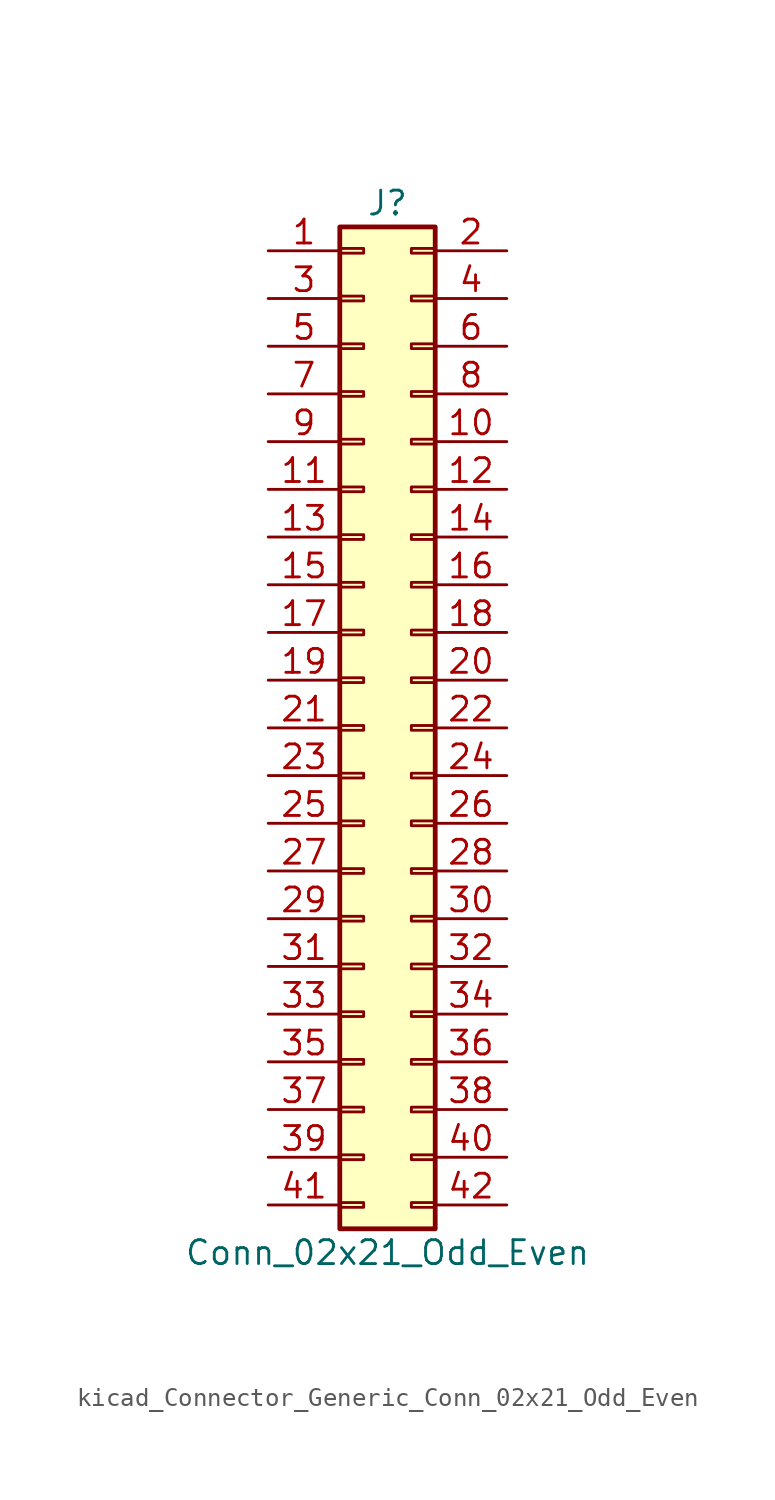
<source format=kicad_sym>
(kicad_symbol_lib
  (version 20220914)
  (generator kicad_symbol_editor)
  (symbol "kicad_Connector_Generic_Conn_02x21_Odd_Even"
    (pin_names
      (offset 1.016) hide)
    (property "Reference" "J"
      (at 1.27 27.94 0)
      (effects (font (size 1.27 1.27))))
    (property "Value" "Conn_02x21_Odd_Even"
      (at 1.27 -27.94 0)
      (effects (font (size 1.27 1.27))))
    (symbol "kicad_Connector_Generic_Conn_02x21_Odd_Even_1_1"
      (rectangle (start -1.27 -25.273) (end 0 -25.527) (stroke (width 0.152) (type default)) (fill (type none)))
      (rectangle (start -1.27 -22.733) (end 0 -22.987) (stroke (width 0.152) (type default)) (fill (type none)))
      (rectangle (start -1.27 -20.193) (end 0 -20.447) (stroke (width 0.152) (type default)) (fill (type none)))
      (rectangle (start -1.27 -17.653) (end 0 -17.907) (stroke (width 0.152) (type default)) (fill (type none)))
      (rectangle (start -1.27 -15.113) (end 0 -15.367) (stroke (width 0.152) (type default)) (fill (type none)))
      (rectangle (start -1.27 -12.573) (end 0 -12.827) (stroke (width 0.152) (type default)) (fill (type none)))
      (rectangle (start -1.27 -10.033) (end 0 -10.287) (stroke (width 0.152) (type default)) (fill (type none)))
      (rectangle (start -1.27 -7.493) (end 0 -7.747) (stroke (width 0.152) (type default)) (fill (type none)))
      (rectangle (start -1.27 -4.953) (end 0 -5.207) (stroke (width 0.152) (type default)) (fill (type none)))
      (rectangle (start -1.27 -2.413) (end 0 -2.667) (stroke (width 0.152) (type default)) (fill (type none)))
      (rectangle (start -1.27 0.127) (end 0 -0.127) (stroke (width 0.152) (type default)) (fill (type none)))
      (rectangle (start -1.27 2.667) (end 0 2.413) (stroke (width 0.152) (type default)) (fill (type none)))
      (rectangle (start -1.27 5.207) (end 0 4.953) (stroke (width 0.152) (type default)) (fill (type none)))
      (rectangle (start -1.27 7.747) (end 0 7.493) (stroke (width 0.152) (type default)) (fill (type none)))
      (rectangle (start -1.27 10.287) (end 0 10.033) (stroke (width 0.152) (type default)) (fill (type none)))
      (rectangle (start -1.27 12.827) (end 0 12.573) (stroke (width 0.152) (type default)) (fill (type none)))
      (rectangle (start -1.27 15.367) (end 0 15.113) (stroke (width 0.152) (type default)) (fill (type none)))
      (rectangle (start -1.27 17.907) (end 0 17.653) (stroke (width 0.152) (type default)) (fill (type none)))
      (rectangle (start -1.27 20.447) (end 0 20.193) (stroke (width 0.152) (type default)) (fill (type none)))
      (rectangle (start -1.27 22.987) (end 0 22.733) (stroke (width 0.152) (type default)) (fill (type none)))
      (rectangle (start -1.27 25.527) (end 0 25.273) (stroke (width 0.152) (type default)) (fill (type none)))
      (rectangle (start -1.27 26.67) (end 3.81 -26.67) (stroke (width 0.254) (type default)) (fill (type background)))
      (rectangle (start 3.81 -25.273) (end 2.54 -25.527) (stroke (width 0.152) (type default)) (fill (type none)))
      (rectangle (start 3.81 -22.733) (end 2.54 -22.987) (stroke (width 0.152) (type default)) (fill (type none)))
      (rectangle (start 3.81 -20.193) (end 2.54 -20.447) (stroke (width 0.152) (type default)) (fill (type none)))
      (rectangle (start 3.81 -17.653) (end 2.54 -17.907) (stroke (width 0.152) (type default)) (fill (type none)))
      (rectangle (start 3.81 -15.113) (end 2.54 -15.367) (stroke (width 0.152) (type default)) (fill (type none)))
      (rectangle (start 3.81 -12.573) (end 2.54 -12.827) (stroke (width 0.152) (type default)) (fill (type none)))
      (rectangle (start 3.81 -10.033) (end 2.54 -10.287) (stroke (width 0.152) (type default)) (fill (type none)))
      (rectangle (start 3.81 -7.493) (end 2.54 -7.747) (stroke (width 0.152) (type default)) (fill (type none)))
      (rectangle (start 3.81 -4.953) (end 2.54 -5.207) (stroke (width 0.152) (type default)) (fill (type none)))
      (rectangle (start 3.81 -2.413) (end 2.54 -2.667) (stroke (width 0.152) (type default)) (fill (type none)))
      (rectangle (start 3.81 0.127) (end 2.54 -0.127) (stroke (width 0.152) (type default)) (fill (type none)))
      (rectangle (start 3.81 2.667) (end 2.54 2.413) (stroke (width 0.152) (type default)) (fill (type none)))
      (rectangle (start 3.81 5.207) (end 2.54 4.953) (stroke (width 0.152) (type default)) (fill (type none)))
      (rectangle (start 3.81 7.747) (end 2.54 7.493) (stroke (width 0.152) (type default)) (fill (type none)))
      (rectangle (start 3.81 10.287) (end 2.54 10.033) (stroke (width 0.152) (type default)) (fill (type none)))
      (rectangle (start 3.81 12.827) (end 2.54 12.573) (stroke (width 0.152) (type default)) (fill (type none)))
      (rectangle (start 3.81 15.367) (end 2.54 15.113) (stroke (width 0.152) (type default)) (fill (type none)))
      (rectangle (start 3.81 17.907) (end 2.54 17.653) (stroke (width 0.152) (type default)) (fill (type none)))
      (rectangle (start 3.81 20.447) (end 2.54 20.193) (stroke (width 0.152) (type default)) (fill (type none)))
      (rectangle (start 3.81 22.987) (end 2.54 22.733) (stroke (width 0.152) (type default)) (fill (type none)))
      (rectangle (start 3.81 25.527) (end 2.54 25.273) (stroke (width 0.152) (type default)) (fill (type none)))
      (pin passive line (at -5.08 25.4 0) (length 3.81) (name "Pin_1" (effects (font (size 1.27 1.27)))) (number "1" (effects (font (size 1.27 1.27)))))
      (pin passive line (at 7.62 15.24 180) (length 3.81) (name "Pin_10" (effects (font (size 1.27 1.27)))) (number "10" (effects (font (size 1.27 1.27)))))
      (pin passive line (at -5.08 12.7 0) (length 3.81) (name "Pin_11" (effects (font (size 1.27 1.27)))) (number "11" (effects (font (size 1.27 1.27)))))
      (pin passive line (at 7.62 12.7 180) (length 3.81) (name "Pin_12" (effects (font (size 1.27 1.27)))) (number "12" (effects (font (size 1.27 1.27)))))
      (pin passive line (at -5.08 10.16 0) (length 3.81) (name "Pin_13" (effects (font (size 1.27 1.27)))) (number "13" (effects (font (size 1.27 1.27)))))
      (pin passive line (at 7.62 10.16 180) (length 3.81) (name "Pin_14" (effects (font (size 1.27 1.27)))) (number "14" (effects (font (size 1.27 1.27)))))
      (pin passive line (at -5.08 7.62 0) (length 3.81) (name "Pin_15" (effects (font (size 1.27 1.27)))) (number "15" (effects (font (size 1.27 1.27)))))
      (pin passive line (at 7.62 7.62 180) (length 3.81) (name "Pin_16" (effects (font (size 1.27 1.27)))) (number "16" (effects (font (size 1.27 1.27)))))
      (pin passive line (at -5.08 5.08 0) (length 3.81) (name "Pin_17" (effects (font (size 1.27 1.27)))) (number "17" (effects (font (size 1.27 1.27)))))
      (pin passive line (at 7.62 5.08 180) (length 3.81) (name "Pin_18" (effects (font (size 1.27 1.27)))) (number "18" (effects (font (size 1.27 1.27)))))
      (pin passive line (at -5.08 2.54 0) (length 3.81) (name "Pin_19" (effects (font (size 1.27 1.27)))) (number "19" (effects (font (size 1.27 1.27)))))
      (pin passive line (at 7.62 25.4 180) (length 3.81) (name "Pin_2" (effects (font (size 1.27 1.27)))) (number "2" (effects (font (size 1.27 1.27)))))
      (pin passive line (at 7.62 2.54 180) (length 3.81) (name "Pin_20" (effects (font (size 1.27 1.27)))) (number "20" (effects (font (size 1.27 1.27)))))
      (pin passive line (at -5.08 0 0) (length 3.81) (name "Pin_21" (effects (font (size 1.27 1.27)))) (number "21" (effects (font (size 1.27 1.27)))))
      (pin passive line (at 7.62 0 180) (length 3.81) (name "Pin_22" (effects (font (size 1.27 1.27)))) (number "22" (effects (font (size 1.27 1.27)))))
      (pin passive line (at -5.08 -2.54 0) (length 3.81) (name "Pin_23" (effects (font (size 1.27 1.27)))) (number "23" (effects (font (size 1.27 1.27)))))
      (pin passive line (at 7.62 -2.54 180) (length 3.81) (name "Pin_24" (effects (font (size 1.27 1.27)))) (number "24" (effects (font (size 1.27 1.27)))))
      (pin passive line (at -5.08 -5.08 0) (length 3.81) (name "Pin_25" (effects (font (size 1.27 1.27)))) (number "25" (effects (font (size 1.27 1.27)))))
      (pin passive line (at 7.62 -5.08 180) (length 3.81) (name "Pin_26" (effects (font (size 1.27 1.27)))) (number "26" (effects (font (size 1.27 1.27)))))
      (pin passive line (at -5.08 -7.62 0) (length 3.81) (name "Pin_27" (effects (font (size 1.27 1.27)))) (number "27" (effects (font (size 1.27 1.27)))))
      (pin passive line (at 7.62 -7.62 180) (length 3.81) (name "Pin_28" (effects (font (size 1.27 1.27)))) (number "28" (effects (font (size 1.27 1.27)))))
      (pin passive line (at -5.08 -10.16 0) (length 3.81) (name "Pin_29" (effects (font (size 1.27 1.27)))) (number "29" (effects (font (size 1.27 1.27)))))
      (pin passive line (at -5.08 22.86 0) (length 3.81) (name "Pin_3" (effects (font (size 1.27 1.27)))) (number "3" (effects (font (size 1.27 1.27)))))
      (pin passive line (at 7.62 -10.16 180) (length 3.81) (name "Pin_30" (effects (font (size 1.27 1.27)))) (number "30" (effects (font (size 1.27 1.27)))))
      (pin passive line (at -5.08 -12.7 0) (length 3.81) (name "Pin_31" (effects (font (size 1.27 1.27)))) (number "31" (effects (font (size 1.27 1.27)))))
      (pin passive line (at 7.62 -12.7 180) (length 3.81) (name "Pin_32" (effects (font (size 1.27 1.27)))) (number "32" (effects (font (size 1.27 1.27)))))
      (pin passive line (at -5.08 -15.24 0) (length 3.81) (name "Pin_33" (effects (font (size 1.27 1.27)))) (number "33" (effects (font (size 1.27 1.27)))))
      (pin passive line (at 7.62 -15.24 180) (length 3.81) (name "Pin_34" (effects (font (size 1.27 1.27)))) (number "34" (effects (font (size 1.27 1.27)))))
      (pin passive line (at -5.08 -17.78 0) (length 3.81) (name "Pin_35" (effects (font (size 1.27 1.27)))) (number "35" (effects (font (size 1.27 1.27)))))
      (pin passive line (at 7.62 -17.78 180) (length 3.81) (name "Pin_36" (effects (font (size 1.27 1.27)))) (number "36" (effects (font (size 1.27 1.27)))))
      (pin passive line (at -5.08 -20.32 0) (length 3.81) (name "Pin_37" (effects (font (size 1.27 1.27)))) (number "37" (effects (font (size 1.27 1.27)))))
      (pin passive line (at 7.62 -20.32 180) (length 3.81) (name "Pin_38" (effects (font (size 1.27 1.27)))) (number "38" (effects (font (size 1.27 1.27)))))
      (pin passive line (at -5.08 -22.86 0) (length 3.81) (name "Pin_39" (effects (font (size 1.27 1.27)))) (number "39" (effects (font (size 1.27 1.27)))))
      (pin passive line (at 7.62 22.86 180) (length 3.81) (name "Pin_4" (effects (font (size 1.27 1.27)))) (number "4" (effects (font (size 1.27 1.27)))))
      (pin passive line (at 7.62 -22.86 180) (length 3.81) (name "Pin_40" (effects (font (size 1.27 1.27)))) (number "40" (effects (font (size 1.27 1.27)))))
      (pin passive line (at -5.08 -25.4 0) (length 3.81) (name "Pin_41" (effects (font (size 1.27 1.27)))) (number "41" (effects (font (size 1.27 1.27)))))
      (pin passive line (at 7.62 -25.4 180) (length 3.81) (name "Pin_42" (effects (font (size 1.27 1.27)))) (number "42" (effects (font (size 1.27 1.27)))))
      (pin passive line (at -5.08 20.32 0) (length 3.81) (name "Pin_5" (effects (font (size 1.27 1.27)))) (number "5" (effects (font (size 1.27 1.27)))))
      (pin passive line (at 7.62 20.32 180) (length 3.81) (name "Pin_6" (effects (font (size 1.27 1.27)))) (number "6" (effects (font (size 1.27 1.27)))))
      (pin passive line (at -5.08 17.78 0) (length 3.81) (name "Pin_7" (effects (font (size 1.27 1.27)))) (number "7" (effects (font (size 1.27 1.27)))))
      (pin passive line (at 7.62 17.78 180) (length 3.81) (name "Pin_8" (effects (font (size 1.27 1.27)))) (number "8" (effects (font (size 1.27 1.27)))))
      (pin passive line (at -5.08 15.24 0) (length 3.81) (name "Pin_9" (effects (font (size 1.27 1.27)))) (number "9" (effects (font (size 1.27 1.27))))))))
</source>
